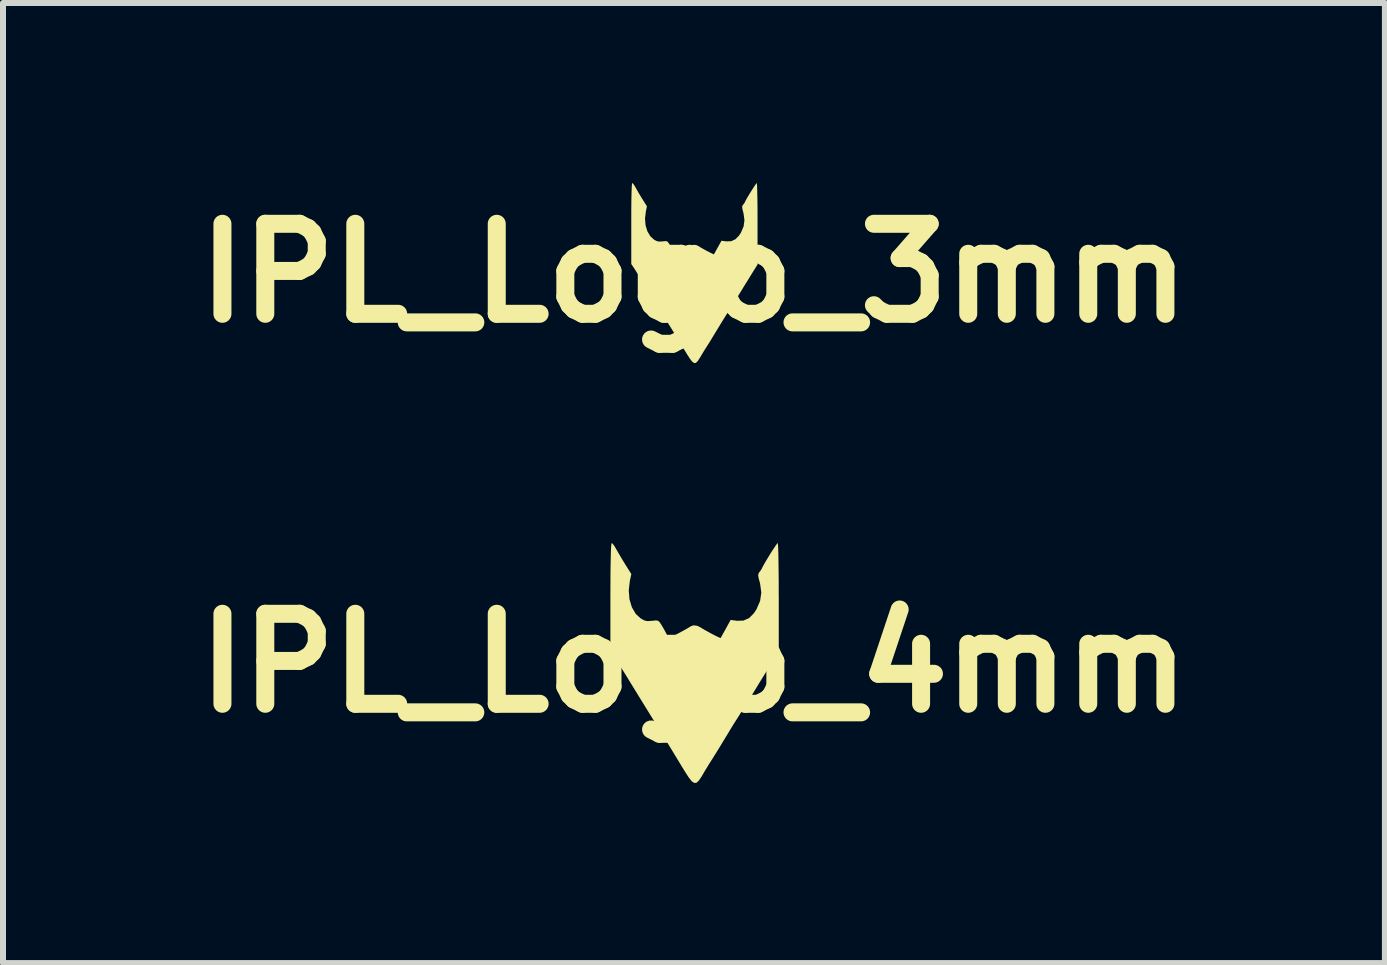
<source format=kicad_pcb>
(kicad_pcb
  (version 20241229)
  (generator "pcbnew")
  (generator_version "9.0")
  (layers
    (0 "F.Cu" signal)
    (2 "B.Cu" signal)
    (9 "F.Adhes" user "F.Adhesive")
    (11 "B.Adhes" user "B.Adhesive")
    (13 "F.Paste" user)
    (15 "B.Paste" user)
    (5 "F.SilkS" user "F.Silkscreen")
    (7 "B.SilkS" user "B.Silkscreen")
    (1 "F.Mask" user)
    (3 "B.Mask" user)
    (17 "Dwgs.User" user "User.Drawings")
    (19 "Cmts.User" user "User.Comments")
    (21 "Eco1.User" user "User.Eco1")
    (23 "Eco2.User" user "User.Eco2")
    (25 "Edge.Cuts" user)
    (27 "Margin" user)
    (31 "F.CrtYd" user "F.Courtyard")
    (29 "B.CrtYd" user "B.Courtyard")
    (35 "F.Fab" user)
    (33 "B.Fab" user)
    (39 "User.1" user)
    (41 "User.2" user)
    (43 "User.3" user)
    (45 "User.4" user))
  (footprint "IPL_Logo_4mm"
    (layer "F.Cu")
    (at 8.514 8)
    (property "Reference" "IPL_Logo_4mm" (at 0 0 0) (layer "F.SilkS") (effects (font (size 1.5 1.5) (thickness 0.3))))
    (attr board_only exclude_from_pos_files exclude_from_bom)
    (fp_poly (pts (xy 1.4 -1.98) (xy 1.404 -1.92) (xy 1.407 -1.825) (xy 1.409 -1.701) (xy 1.411 -1.551) (xy 1.413 -1.38) (xy 1.413 -1.193) (xy 1.414 -1.095) (xy 1.414 -0.189) (xy 1.344 -0.078) (xy 1.284 0.017) (xy 1.222 0.117) (xy 1.164 0.211) (xy 1.114 0.291) (xy 1.08 0.347) (xy 1.073 0.359) (xy 1.045 0.404) (xy 1.001 0.476) (xy 0.945 0.567) (xy 0.883 0.666) (xy 0.821 0.766) (xy 0.764 0.856) (xy 0.719 0.927) (xy 0.707 0.946) (xy 0.667 1.009) (xy 0.613 1.097) (xy 0.552 1.198) (xy 0.5 1.283) (xy 0.441 1.381) (xy 0.383 1.475) (xy 0.335 1.552) (xy 0.306 1.599) (xy 0.262 1.667) (xy 0.226 1.726) (xy 0.187 1.789) (xy 0.138 1.873) (xy 0.13 1.887) (xy 0.084 1.956) (xy 0.044 1.994) (xy 0.005 1.998) (xy -0.038 1.968) (xy -0.09 1.901) (xy -0.152 1.804) (xy -0.211 1.708) (xy -0.269 1.612) (xy -0.318 1.532) (xy -0.337 1.5) (xy -0.406 1.387) (xy -0.491 1.247) (xy -0.586 1.092) (xy -0.684 0.933) (xy -0.779 0.779) (xy -0.804 0.738) (xy -0.861 0.646) (xy -0.912 0.564) (xy -0.95 0.501) (xy -0.971 0.466) (xy -0.972 0.466) (xy -1.044 0.349) (xy -1.117 0.229) (xy -1.188 0.115) (xy -1.252 0.013) (xy -1.303 -0.068) (xy -1.337 -0.121) (xy -1.342 -0.128) (xy -1.392 -0.202) (xy -1.392 -1.101) (xy -1.391 -1.342) (xy -1.39 -1.548) (xy -1.387 -1.717) (xy -1.384 -1.848) (xy -1.38 -1.94) (xy -1.374 -1.99) (xy -1.37 -2.001) (xy -1.349 -1.983) (xy -1.317 -1.938) (xy -1.294 -1.897) (xy -1.254 -1.828) (xy -1.202 -1.739) (xy -1.147 -1.649) (xy -1.141 -1.639) (xy -1.043 -1.483) (xy -1.068 -1.368) (xy -1.086 -1.212) (xy -1.074 -1.063) (xy -1.034 -0.93) (xy -0.969 -0.819) (xy -0.889 -0.746) (xy -0.828 -0.711) (xy -0.774 -0.699) (xy -0.702 -0.704) (xy -0.698 -0.704) (xy -0.634 -0.711) (xy -0.596 -0.705) (xy -0.568 -0.677) (xy -0.542 -0.637) (xy -0.501 -0.568) (xy -0.465 -0.501) (xy -0.459 -0.489) (xy -0.436 -0.443) (xy -0.423 -0.418) (xy -0.423 -0.418) (xy -0.403 -0.424) (xy -0.356 -0.446) (xy -0.291 -0.479) (xy -0.219 -0.517) (xy -0.149 -0.555) (xy -0.092 -0.588) (xy -0.059 -0.609) (xy -0.055 -0.612) (xy -0.008 -0.629) (xy 0.054 -0.622) (xy 0.098 -0.601) (xy 0.141 -0.575) (xy 0.203 -0.539) (xy 0.274 -0.5) (xy 0.343 -0.464) (xy 0.401 -0.435) (xy 0.438 -0.419) (xy 0.445 -0.418) (xy 0.457 -0.438) (xy 0.484 -0.488) (xy 0.522 -0.555) (xy 0.53 -0.571) (xy 0.612 -0.719) (xy 0.718 -0.705) (xy 0.825 -0.708) (xy 0.918 -0.749) (xy 0.999 -0.83) (xy 1.043 -0.897) (xy 1.103 -1.036) (xy 1.123 -1.175) (xy 1.103 -1.323) (xy 1.097 -1.347) (xy 1.077 -1.421) (xy 1.071 -1.467) (xy 1.078 -1.497) (xy 1.092 -1.517) (xy 1.122 -1.557) (xy 1.133 -1.578) (xy 1.151 -1.615) (xy 1.184 -1.674) (xy 1.228 -1.747) (xy 1.275 -1.825) (xy 1.322 -1.898) (xy 1.362 -1.957) (xy 1.388 -1.993) (xy 1.397 -2.001)) (stroke (width 0) (type solid)) (fill yes) (layer "F.SilkS")))
  (footprint "IPL_Logo_3mm"
    (layer "F.Cu")
    (at 8.514 1.501)
    (property "Reference" "IPL_Logo_3mm" (at 0 0 0) (layer "F.SilkS") (effects (font (size 1.5 1.5) (thickness 0.3))))
    (attr board_only exclude_from_pos_files exclude_from_bom)
    (fp_poly (pts (xy 1.05 -1.485) (xy 1.053 -1.44) (xy 1.055 -1.369) (xy 1.057 -1.276) (xy 1.059 -1.163) (xy 1.06 -1.035) (xy 1.06 -0.895) (xy 1.06 -0.821) (xy 1.06 -0.142) (xy 1.008 -0.059) (xy 0.963 0.013) (xy 0.917 0.088) (xy 0.873 0.159) (xy 0.836 0.218) (xy 0.81 0.26) (xy 0.805 0.27) (xy 0.784 0.303) (xy 0.751 0.357) (xy 0.709 0.425) (xy 0.662 0.5) (xy 0.616 0.574) (xy 0.573 0.642) (xy 0.539 0.696) (xy 0.53 0.71) (xy 0.501 0.757) (xy 0.46 0.823) (xy 0.414 0.899) (xy 0.375 0.962) (xy 0.33 1.036) (xy 0.288 1.106) (xy 0.252 1.165) (xy 0.23 1.199) (xy 0.197 1.251) (xy 0.169 1.295) (xy 0.141 1.342) (xy 0.103 1.405) (xy 0.097 1.415) (xy 0.063 1.467) (xy 0.033 1.496) (xy 0.004 1.499) (xy -0.028 1.476) (xy -0.067 1.426) (xy -0.114 1.353) (xy -0.158 1.281) (xy -0.202 1.21) (xy -0.238 1.149) (xy -0.253 1.125) (xy -0.304 1.04) (xy -0.368 0.936) (xy -0.44 0.82) (xy -0.513 0.7) (xy -0.584 0.584) (xy -0.603 0.554) (xy -0.646 0.484) (xy -0.684 0.423) (xy -0.713 0.376) (xy -0.729 0.35) (xy -0.729 0.35) (xy -0.783 0.262) (xy -0.838 0.172) (xy -0.891 0.086) (xy -0.939 0.01) (xy -0.977 -0.051) (xy -1.003 -0.091) (xy -1.007 -0.096) (xy -1.044 -0.151) (xy -1.044 -0.826) (xy -1.044 -1.007) (xy -1.043 -1.161) (xy -1.041 -1.288) (xy -1.038 -1.386) (xy -1.035 -1.455) (xy -1.031 -1.493) (xy -1.028 -1.501) (xy -1.012 -1.488) (xy -0.988 -1.454) (xy -0.97 -1.423) (xy -0.941 -1.371) (xy -0.902 -1.304) (xy -0.861 -1.237) (xy -0.856 -1.229) (xy -0.783 -1.113) (xy -0.801 -1.026) (xy -0.815 -0.909) (xy -0.806 -0.797) (xy -0.776 -0.697) (xy -0.727 -0.615) (xy -0.667 -0.559) (xy -0.621 -0.534) (xy -0.581 -0.525) (xy -0.527 -0.528) (xy -0.524 -0.528) (xy -0.476 -0.533) (xy -0.447 -0.529) (xy -0.426 -0.508) (xy -0.406 -0.477) (xy -0.376 -0.426) (xy -0.349 -0.376) (xy -0.344 -0.367) (xy -0.327 -0.332) (xy -0.317 -0.314) (xy -0.317 -0.313) (xy -0.302 -0.318) (xy -0.267 -0.335) (xy -0.218 -0.36) (xy -0.164 -0.388) (xy -0.112 -0.416) (xy -0.069 -0.441) (xy -0.044 -0.457) (xy -0.042 -0.459) (xy -0.006 -0.472) (xy 0.04 -0.467) (xy 0.074 -0.451) (xy 0.106 -0.431) (xy 0.152 -0.404) (xy 0.205 -0.375) (xy 0.258 -0.348) (xy 0.301 -0.326) (xy 0.328 -0.314) (xy 0.334 -0.313) (xy 0.343 -0.329) (xy 0.363 -0.366) (xy 0.391 -0.417) (xy 0.398 -0.429) (xy 0.459 -0.539) (xy 0.538 -0.529) (xy 0.619 -0.531) (xy 0.689 -0.562) (xy 0.75 -0.623) (xy 0.783 -0.673) (xy 0.828 -0.777) (xy 0.842 -0.881) (xy 0.827 -0.993) (xy 0.823 -1.01) (xy 0.808 -1.066) (xy 0.804 -1.101) (xy 0.808 -1.123) (xy 0.819 -1.138) (xy 0.842 -1.168) (xy 0.85 -1.184) (xy 0.863 -1.211) (xy 0.888 -1.256) (xy 0.921 -1.311) (xy 0.957 -1.369) (xy 0.992 -1.424) (xy 1.021 -1.468) (xy 1.042 -1.495) (xy 1.048 -1.501)) (stroke (width 0) (type solid)) (fill yes) (layer "F.SilkS")))
  (gr_rect
    (start -3 -3)
    (end 20.029 12.999)
    (stroke (width 0.1) (type default))
    (fill no)
    (layer "Edge.Cuts")))
</source>
